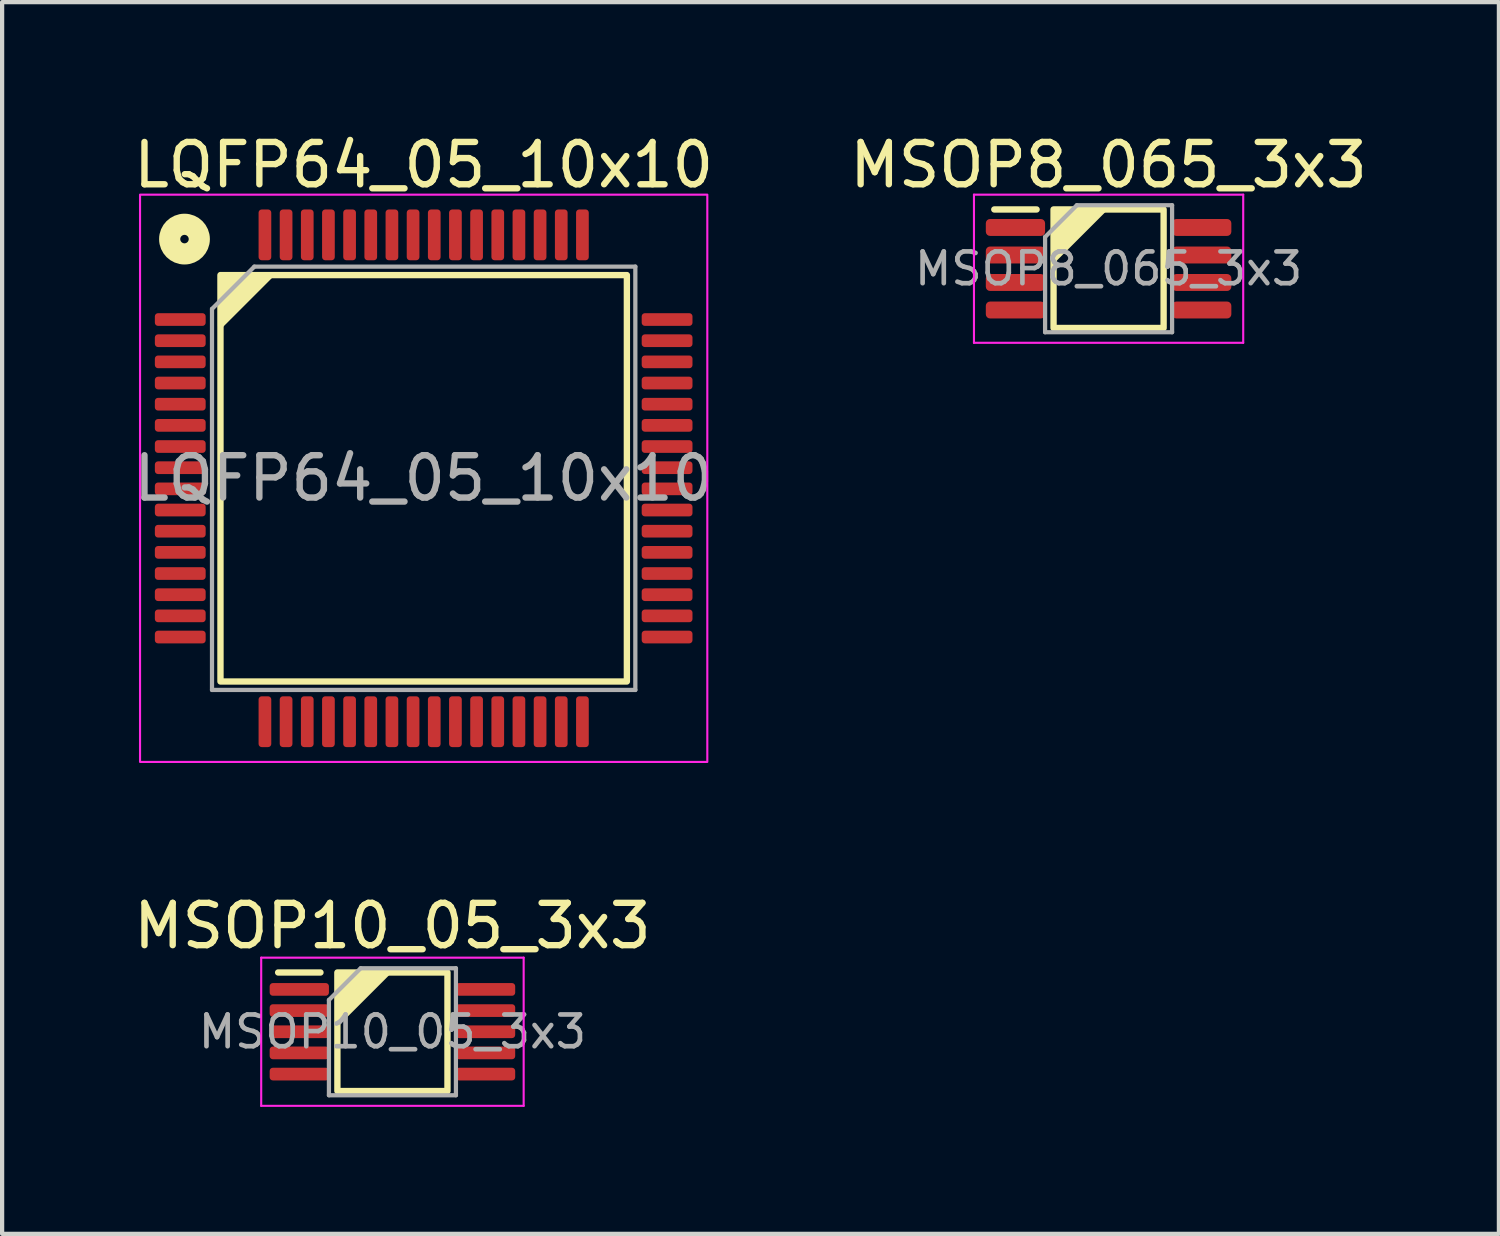
<source format=kicad_pcb>
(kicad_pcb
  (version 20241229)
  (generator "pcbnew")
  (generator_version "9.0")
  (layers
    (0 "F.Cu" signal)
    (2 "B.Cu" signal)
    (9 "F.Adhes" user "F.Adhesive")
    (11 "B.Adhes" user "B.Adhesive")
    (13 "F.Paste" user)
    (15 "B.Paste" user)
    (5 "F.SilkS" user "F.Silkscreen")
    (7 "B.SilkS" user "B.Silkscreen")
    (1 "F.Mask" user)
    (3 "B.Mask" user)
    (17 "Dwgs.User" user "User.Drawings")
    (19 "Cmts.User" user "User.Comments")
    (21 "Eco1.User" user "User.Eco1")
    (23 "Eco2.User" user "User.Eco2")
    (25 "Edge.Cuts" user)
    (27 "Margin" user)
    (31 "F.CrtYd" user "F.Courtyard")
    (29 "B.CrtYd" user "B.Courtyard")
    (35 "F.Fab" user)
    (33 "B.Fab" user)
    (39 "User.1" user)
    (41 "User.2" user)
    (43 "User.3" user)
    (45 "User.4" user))
  (footprint "MSOP8_065_3x3"
    (layer "F.Cu")
    (at 23.137 3.298)
    (property "Reference" "MSOP8_065_3x3" (at 0 -2.45 0) (layer "F.SilkS") (effects (font (size 1 1) (thickness 0.15))))
    (attr smd)
    (fp_line (start -1.7 -1.4) (end -2.7 -1.4) (stroke (width 0.15) (type solid)) (layer "F.SilkS"))
    (fp_rect (start -1.3 -1.4) (end 1.3 1.4) (stroke (width 0.15) (type default)) (fill no) (layer "F.SilkS"))
    (fp_poly (pts (xy -1.3 -0.2) (xy -1.3 -1.4) (xy -0.1 -1.4)) (stroke (width 0.12) (type solid)) (fill yes) (layer "F.SilkS"))
    (fp_line (start -3.18 -1.75) (end -3.18 1.75) (stroke (width 0.05) (type solid)) (layer "F.CrtYd"))
    (fp_line (start -3.18 1.75) (end 3.18 1.75) (stroke (width 0.05) (type solid)) (layer "F.CrtYd"))
    (fp_line (start 3.18 -1.75) (end -3.18 -1.75) (stroke (width 0.05) (type solid)) (layer "F.CrtYd"))
    (fp_line (start 3.18 1.75) (end 3.18 -1.75) (stroke (width 0.05) (type solid)) (layer "F.CrtYd"))
    (fp_line (start -1.5 -0.75) (end -0.75 -1.5) (stroke (width 0.1) (type solid)) (layer "F.Fab"))
    (fp_line (start -1.5 1.5) (end -1.5 -0.75) (stroke (width 0.1) (type solid)) (layer "F.Fab"))
    (fp_line (start -0.75 -1.5) (end 1.5 -1.5) (stroke (width 0.1) (type solid)) (layer "F.Fab"))
    (fp_line (start 1.5 -1.5) (end 1.5 1.5) (stroke (width 0.1) (type solid)) (layer "F.Fab"))
    (fp_line (start 1.5 1.5) (end -1.5 1.5) (stroke (width 0.1) (type solid)) (layer "F.Fab"))
    (fp_text user "${REFERENCE}" (at 0 0 0) (layer "F.Fab") (effects (font (size 0.75 0.75) (thickness 0.11))))
    (pad "1" smd roundrect (at -2.2 -0.975) (size 1.4 0.4) (layers "F.Cu" "F.Mask" "F.Paste") (roundrect_rratio 0.25))
    (pad "2" smd roundrect (at -2.2 -0.325) (size 1.4 0.4) (layers "F.Cu" "F.Mask" "F.Paste") (roundrect_rratio 0.25))
    (pad "3" smd roundrect (at -2.2 0.325) (size 1.4 0.4) (layers "F.Cu" "F.Mask" "F.Paste") (roundrect_rratio 0.25))
    (pad "4" smd roundrect (at -2.2 0.975) (size 1.4 0.4) (layers "F.Cu" "F.Mask" "F.Paste") (roundrect_rratio 0.25))
    (pad "5" smd roundrect (at 2.2 0.975) (size 1.4 0.4) (layers "F.Cu" "F.Mask" "F.Paste") (roundrect_rratio 0.25))
    (pad "6" smd roundrect (at 2.2 0.325) (size 1.4 0.4) (layers "F.Cu" "F.Mask" "F.Paste") (roundrect_rratio 0.25))
    (pad "7" smd roundrect (at 2.2 -0.325) (size 1.4 0.4) (layers "F.Cu" "F.Mask" "F.Paste") (roundrect_rratio 0.25))
    (pad "8" smd roundrect (at 2.2 -0.975) (size 1.4 0.4) (layers "F.Cu" "F.Mask" "F.Paste") (roundrect_rratio 0.25)))
  (footprint "LQFP64_05_10x10"
    (layer "F.Cu")
    (at 6.958 8.248)
    (property "Reference" "LQFP64_05_10x10" (at 0 -7.4 0) (layer "F.SilkS") (effects (font (size 1 1) (thickness 0.15))))
    (attr smd)
    (fp_rect (start -4.8 4.8) (end 4.8 -4.8) (stroke (width 0.15) (type solid)) (fill no) (layer "F.SilkS"))
    (fp_circle (center -5.65 -5.65) (end -5.55 -5.65) (stroke (width 0.5) (type solid)) (fill no) (layer "F.SilkS"))
    (fp_poly (pts (xy -4.8 -3.6) (xy -4.8 -4.8) (xy -3.6 -4.8)) (stroke (width 0.12) (type solid)) (fill yes) (layer "F.SilkS"))
    (fp_rect (start -6.7 -6.7) (end 6.7 6.7) (stroke (width 0.05) (type default)) (fill no) (layer "F.CrtYd"))
    (fp_line (start -5 -4) (end -4 -5) (stroke (width 0.1) (type solid)) (layer "F.Fab"))
    (fp_line (start -5 5) (end -5 -4) (stroke (width 0.1) (type solid)) (layer "F.Fab"))
    (fp_line (start -4 -5) (end 5 -5) (stroke (width 0.1) (type solid)) (layer "F.Fab"))
    (fp_line (start 5 -5) (end 5 5) (stroke (width 0.1) (type solid)) (layer "F.Fab"))
    (fp_line (start 5 5) (end -5 5) (stroke (width 0.1) (type solid)) (layer "F.Fab"))
    (fp_text user "${REFERENCE}" (at 0 0 0) (layer "F.Fab") (effects (font (size 1 1) (thickness 0.15))))
    (pad "1" smd roundrect (at -5.75 -3.75) (size 1.2 0.3) (layers "F.Cu" "F.Mask" "F.Paste") (roundrect_rratio 0.25))
    (pad "2" smd roundrect (at -5.75 -3.25) (size 1.2 0.3) (layers "F.Cu" "F.Mask" "F.Paste") (roundrect_rratio 0.25))
    (pad "3" smd roundrect (at -5.75 -2.75) (size 1.2 0.3) (layers "F.Cu" "F.Mask" "F.Paste") (roundrect_rratio 0.25))
    (pad "4" smd roundrect (at -5.75 -2.25) (size 1.2 0.3) (layers "F.Cu" "F.Mask" "F.Paste") (roundrect_rratio 0.25))
    (pad "5" smd roundrect (at -5.75 -1.75) (size 1.2 0.3) (layers "F.Cu" "F.Mask" "F.Paste") (roundrect_rratio 0.25))
    (pad "6" smd roundrect (at -5.75 -1.25) (size 1.2 0.3) (layers "F.Cu" "F.Mask" "F.Paste") (roundrect_rratio 0.25))
    (pad "7" smd roundrect (at -5.75 -0.75) (size 1.2 0.3) (layers "F.Cu" "F.Mask" "F.Paste") (roundrect_rratio 0.25))
    (pad "8" smd roundrect (at -5.75 -0.25) (size 1.2 0.3) (layers "F.Cu" "F.Mask" "F.Paste") (roundrect_rratio 0.25))
    (pad "9" smd roundrect (at -5.75 0.25) (size 1.2 0.3) (layers "F.Cu" "F.Mask" "F.Paste") (roundrect_rratio 0.25))
    (pad "10" smd roundrect (at -5.75 0.75) (size 1.2 0.3) (layers "F.Cu" "F.Mask" "F.Paste") (roundrect_rratio 0.25))
    (pad "11" smd roundrect (at -5.75 1.25) (size 1.2 0.3) (layers "F.Cu" "F.Mask" "F.Paste") (roundrect_rratio 0.25))
    (pad "12" smd roundrect (at -5.75 1.75) (size 1.2 0.3) (layers "F.Cu" "F.Mask" "F.Paste") (roundrect_rratio 0.25))
    (pad "13" smd roundrect (at -5.75 2.25) (size 1.2 0.3) (layers "F.Cu" "F.Mask" "F.Paste") (roundrect_rratio 0.25))
    (pad "14" smd roundrect (at -5.75 2.75) (size 1.2 0.3) (layers "F.Cu" "F.Mask" "F.Paste") (roundrect_rratio 0.25))
    (pad "15" smd roundrect (at -5.75 3.25) (size 1.2 0.3) (layers "F.Cu" "F.Mask" "F.Paste") (roundrect_rratio 0.25))
    (pad "16" smd roundrect (at -5.75 3.75) (size 1.2 0.3) (layers "F.Cu" "F.Mask" "F.Paste") (roundrect_rratio 0.25))
    (pad "17" smd roundrect (at -3.75 5.75) (size 0.3 1.2) (layers "F.Cu" "F.Mask" "F.Paste") (roundrect_rratio 0.25))
    (pad "18" smd roundrect (at -3.25 5.75) (size 0.3 1.2) (layers "F.Cu" "F.Mask" "F.Paste") (roundrect_rratio 0.25))
    (pad "19" smd roundrect (at -2.75 5.75) (size 0.3 1.2) (layers "F.Cu" "F.Mask" "F.Paste") (roundrect_rratio 0.25))
    (pad "20" smd roundrect (at -2.25 5.75) (size 0.3 1.2) (layers "F.Cu" "F.Mask" "F.Paste") (roundrect_rratio 0.25))
    (pad "21" smd roundrect (at -1.75 5.75) (size 0.3 1.2) (layers "F.Cu" "F.Mask" "F.Paste") (roundrect_rratio 0.25))
    (pad "22" smd roundrect (at -1.25 5.75) (size 0.3 1.2) (layers "F.Cu" "F.Mask" "F.Paste") (roundrect_rratio 0.25))
    (pad "23" smd roundrect (at -0.75 5.75) (size 0.3 1.2) (layers "F.Cu" "F.Mask" "F.Paste") (roundrect_rratio 0.25))
    (pad "24" smd roundrect (at -0.25 5.75) (size 0.3 1.2) (layers "F.Cu" "F.Mask" "F.Paste") (roundrect_rratio 0.25))
    (pad "25" smd roundrect (at 0.25 5.75) (size 0.3 1.2) (layers "F.Cu" "F.Mask" "F.Paste") (roundrect_rratio 0.25))
    (pad "26" smd roundrect (at 0.75 5.75) (size 0.3 1.2) (layers "F.Cu" "F.Mask" "F.Paste") (roundrect_rratio 0.25))
    (pad "27" smd roundrect (at 1.25 5.75) (size 0.3 1.2) (layers "F.Cu" "F.Mask" "F.Paste") (roundrect_rratio 0.25))
    (pad "28" smd roundrect (at 1.75 5.75) (size 0.3 1.2) (layers "F.Cu" "F.Mask" "F.Paste") (roundrect_rratio 0.25))
    (pad "29" smd roundrect (at 2.25 5.75) (size 0.3 1.2) (layers "F.Cu" "F.Mask" "F.Paste") (roundrect_rratio 0.25))
    (pad "30" smd roundrect (at 2.75 5.75) (size 0.3 1.2) (layers "F.Cu" "F.Mask" "F.Paste") (roundrect_rratio 0.25))
    (pad "31" smd roundrect (at 3.25 5.75) (size 0.3 1.2) (layers "F.Cu" "F.Mask" "F.Paste") (roundrect_rratio 0.25))
    (pad "32" smd roundrect (at 3.75 5.75) (size 0.3 1.2) (layers "F.Cu" "F.Mask" "F.Paste") (roundrect_rratio 0.25))
    (pad "33" smd roundrect (at 5.75 3.75) (size 1.2 0.3) (layers "F.Cu" "F.Mask" "F.Paste") (roundrect_rratio 0.25))
    (pad "34" smd roundrect (at 5.75 3.25) (size 1.2 0.3) (layers "F.Cu" "F.Mask" "F.Paste") (roundrect_rratio 0.25))
    (pad "35" smd roundrect (at 5.75 2.75) (size 1.2 0.3) (layers "F.Cu" "F.Mask" "F.Paste") (roundrect_rratio 0.25))
    (pad "36" smd roundrect (at 5.75 2.25) (size 1.2 0.3) (layers "F.Cu" "F.Mask" "F.Paste") (roundrect_rratio 0.25))
    (pad "37" smd roundrect (at 5.75 1.75) (size 1.2 0.3) (layers "F.Cu" "F.Mask" "F.Paste") (roundrect_rratio 0.25))
    (pad "38" smd roundrect (at 5.75 1.25) (size 1.2 0.3) (layers "F.Cu" "F.Mask" "F.Paste") (roundrect_rratio 0.25))
    (pad "39" smd roundrect (at 5.75 0.75) (size 1.2 0.3) (layers "F.Cu" "F.Mask" "F.Paste") (roundrect_rratio 0.25))
    (pad "40" smd roundrect (at 5.75 0.25) (size 1.2 0.3) (layers "F.Cu" "F.Mask" "F.Paste") (roundrect_rratio 0.25))
    (pad "41" smd roundrect (at 5.75 -0.25) (size 1.2 0.3) (layers "F.Cu" "F.Mask" "F.Paste") (roundrect_rratio 0.25))
    (pad "42" smd roundrect (at 5.75 -0.75) (size 1.2 0.3) (layers "F.Cu" "F.Mask" "F.Paste") (roundrect_rratio 0.25))
    (pad "43" smd roundrect (at 5.75 -1.25) (size 1.2 0.3) (layers "F.Cu" "F.Mask" "F.Paste") (roundrect_rratio 0.25))
    (pad "44" smd roundrect (at 5.75 -1.75) (size 1.2 0.3) (layers "F.Cu" "F.Mask" "F.Paste") (roundrect_rratio 0.25))
    (pad "45" smd roundrect (at 5.75 -2.25) (size 1.2 0.3) (layers "F.Cu" "F.Mask" "F.Paste") (roundrect_rratio 0.25))
    (pad "46" smd roundrect (at 5.75 -2.75) (size 1.2 0.3) (layers "F.Cu" "F.Mask" "F.Paste") (roundrect_rratio 0.25))
    (pad "47" smd roundrect (at 5.75 -3.25) (size 1.2 0.3) (layers "F.Cu" "F.Mask" "F.Paste") (roundrect_rratio 0.25))
    (pad "48" smd roundrect (at 5.75 -3.75) (size 1.2 0.3) (layers "F.Cu" "F.Mask" "F.Paste") (roundrect_rratio 0.25))
    (pad "49" smd roundrect (at 3.75 -5.75) (size 0.3 1.2) (layers "F.Cu" "F.Mask" "F.Paste") (roundrect_rratio 0.25))
    (pad "50" smd roundrect (at 3.25 -5.75) (size 0.3 1.2) (layers "F.Cu" "F.Mask" "F.Paste") (roundrect_rratio 0.25))
    (pad "51" smd roundrect (at 2.75 -5.75) (size 0.3 1.2) (layers "F.Cu" "F.Mask" "F.Paste") (roundrect_rratio 0.25))
    (pad "52" smd roundrect (at 2.25 -5.75) (size 0.3 1.2) (layers "F.Cu" "F.Mask" "F.Paste") (roundrect_rratio 0.25))
    (pad "53" smd roundrect (at 1.75 -5.75) (size 0.3 1.2) (layers "F.Cu" "F.Mask" "F.Paste") (roundrect_rratio 0.25))
    (pad "54" smd roundrect (at 1.25 -5.75) (size 0.3 1.2) (layers "F.Cu" "F.Mask" "F.Paste") (roundrect_rratio 0.25))
    (pad "55" smd roundrect (at 0.75 -5.75) (size 0.3 1.2) (layers "F.Cu" "F.Mask" "F.Paste") (roundrect_rratio 0.25))
    (pad "56" smd roundrect (at 0.25 -5.75) (size 0.3 1.2) (layers "F.Cu" "F.Mask" "F.Paste") (roundrect_rratio 0.25))
    (pad "57" smd roundrect (at -0.25 -5.75) (size 0.3 1.2) (layers "F.Cu" "F.Mask" "F.Paste") (roundrect_rratio 0.25))
    (pad "58" smd roundrect (at -0.75 -5.75) (size 0.3 1.2) (layers "F.Cu" "F.Mask" "F.Paste") (roundrect_rratio 0.25))
    (pad "59" smd roundrect (at -1.25 -5.75) (size 0.3 1.2) (layers "F.Cu" "F.Mask" "F.Paste") (roundrect_rratio 0.25))
    (pad "60" smd roundrect (at -1.75 -5.75) (size 0.3 1.2) (layers "F.Cu" "F.Mask" "F.Paste") (roundrect_rratio 0.25))
    (pad "61" smd roundrect (at -2.25 -5.75) (size 0.3 1.2) (layers "F.Cu" "F.Mask" "F.Paste") (roundrect_rratio 0.25))
    (pad "62" smd roundrect (at -2.75 -5.75) (size 0.3 1.2) (layers "F.Cu" "F.Mask" "F.Paste") (roundrect_rratio 0.25))
    (pad "63" smd roundrect (at -3.25 -5.75) (size 0.3 1.2) (layers "F.Cu" "F.Mask" "F.Paste") (roundrect_rratio 0.25))
    (pad "64" smd roundrect (at -3.75 -5.75) (size 0.3 1.2) (layers "F.Cu" "F.Mask" "F.Paste") (roundrect_rratio 0.25)))
  (footprint "MSOP10_05_3x3"
    (layer "F.Cu")
    (at 6.22 21.322)
    (property "Reference" "MSOP10_05_3x3" (at 0 -2.5 0) (layer "F.SilkS") (effects (font (size 1 1) (thickness 0.15))))
    (attr smd)
    (fp_line (start -1.7 -1.4) (end -2.7 -1.4) (stroke (width 0.15) (type solid)) (layer "F.SilkS"))
    (fp_rect (start -1.3 -1.4) (end 1.3 1.4) (stroke (width 0.15) (type default)) (fill no) (layer "F.SilkS"))
    (fp_poly (pts (xy -1.3 -0.2) (xy -1.3 -1.4) (xy -0.1 -1.4)) (stroke (width 0.12) (type solid)) (fill yes) (layer "F.SilkS"))
    (fp_line (start -3.1 -1.75) (end -3.1 1.75) (stroke (width 0.05) (type solid)) (layer "F.CrtYd"))
    (fp_line (start -3.1 1.75) (end 3.1 1.75) (stroke (width 0.05) (type solid)) (layer "F.CrtYd"))
    (fp_line (start 3.1 -1.75) (end -3.1 -1.75) (stroke (width 0.05) (type solid)) (layer "F.CrtYd"))
    (fp_line (start 3.1 1.75) (end 3.1 -1.75) (stroke (width 0.05) (type solid)) (layer "F.CrtYd"))
    (fp_line (start -1.5 -0.75) (end -0.75 -1.5) (stroke (width 0.1) (type solid)) (layer "F.Fab"))
    (fp_line (start -1.5 1.5) (end -1.5 -0.75) (stroke (width 0.1) (type solid)) (layer "F.Fab"))
    (fp_line (start -0.75 -1.5) (end 1.5 -1.5) (stroke (width 0.1) (type solid)) (layer "F.Fab"))
    (fp_line (start 1.5 -1.5) (end 1.5 1.5) (stroke (width 0.1) (type solid)) (layer "F.Fab"))
    (fp_line (start 1.5 1.5) (end -1.5 1.5) (stroke (width 0.1) (type solid)) (layer "F.Fab"))
    (fp_text user "${REFERENCE}" (at 0 0 0) (layer "F.Fab") (effects (font (size 0.75 0.75) (thickness 0.11))))
    (pad "1" smd roundrect (at -2.2 -1) (size 1.4 0.3) (layers "F.Cu" "F.Mask" "F.Paste") (roundrect_rratio 0.25))
    (pad "2" smd roundrect (at -2.2 -0.5) (size 1.4 0.3) (layers "F.Cu" "F.Mask" "F.Paste") (roundrect_rratio 0.25))
    (pad "3" smd roundrect (at -2.2 0) (size 1.4 0.3) (layers "F.Cu" "F.Mask" "F.Paste") (roundrect_rratio 0.25))
    (pad "4" smd roundrect (at -2.2 0.5) (size 1.4 0.3) (layers "F.Cu" "F.Mask" "F.Paste") (roundrect_rratio 0.25))
    (pad "5" smd roundrect (at -2.2 1) (size 1.4 0.3) (layers "F.Cu" "F.Mask" "F.Paste") (roundrect_rratio 0.25))
    (pad "6" smd roundrect (at 2.2 1) (size 1.4 0.3) (layers "F.Cu" "F.Mask" "F.Paste") (roundrect_rratio 0.25))
    (pad "7" smd roundrect (at 2.2 0.5) (size 1.4 0.3) (layers "F.Cu" "F.Mask" "F.Paste") (roundrect_rratio 0.25))
    (pad "8" smd roundrect (at 2.2 0) (size 1.4 0.3) (layers "F.Cu" "F.Mask" "F.Paste") (roundrect_rratio 0.25))
    (pad "9" smd roundrect (at 2.2 -0.5) (size 1.4 0.3) (layers "F.Cu" "F.Mask" "F.Paste") (roundrect_rratio 0.25))
    (pad "10" smd roundrect (at 2.2 -1) (size 1.4 0.3) (layers "F.Cu" "F.Mask" "F.Paste") (roundrect_rratio 0.25)))
  (gr_rect
    (start -3 -3)
    (end 32.357 26.096)
    (stroke (width 0.1) (type default))
    (fill no)
    (layer "Edge.Cuts")))
</source>
